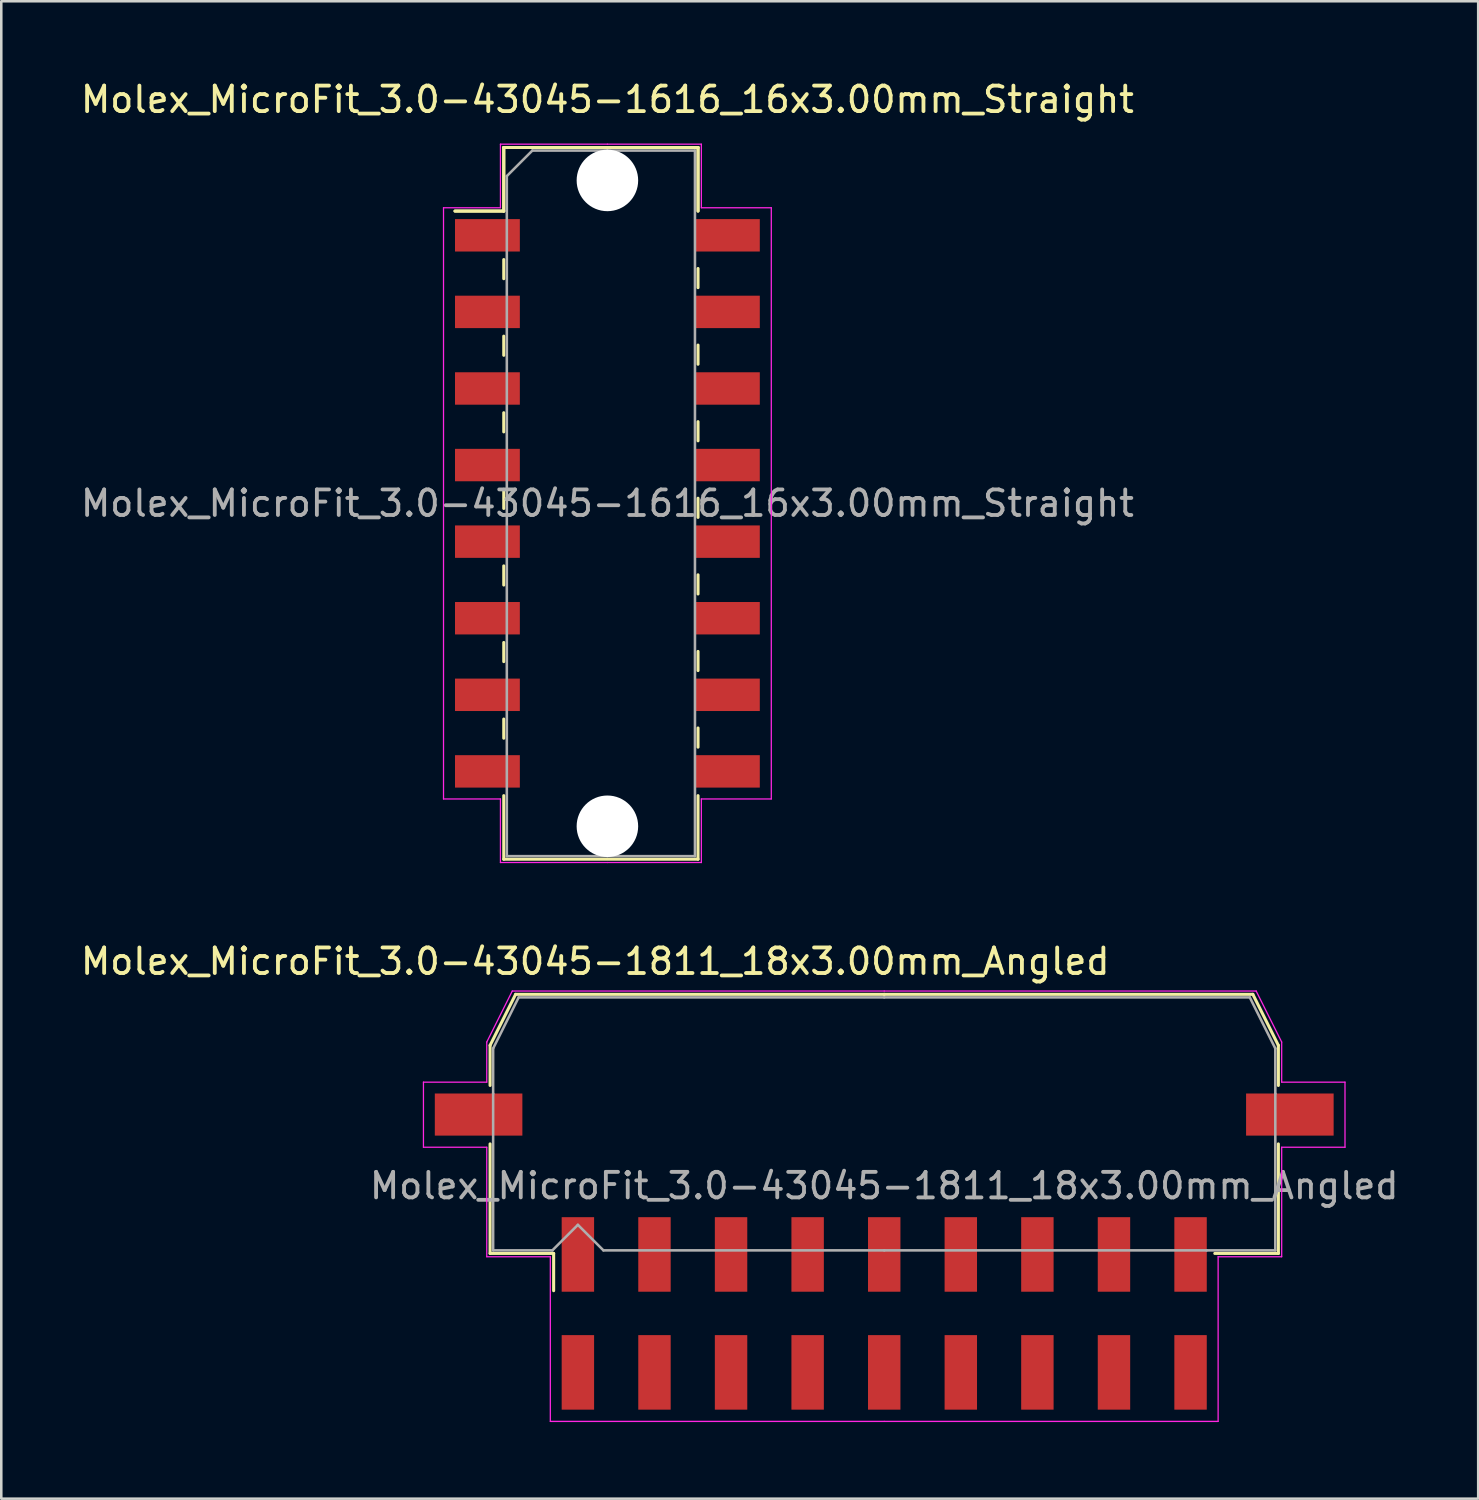
<source format=kicad_pcb>
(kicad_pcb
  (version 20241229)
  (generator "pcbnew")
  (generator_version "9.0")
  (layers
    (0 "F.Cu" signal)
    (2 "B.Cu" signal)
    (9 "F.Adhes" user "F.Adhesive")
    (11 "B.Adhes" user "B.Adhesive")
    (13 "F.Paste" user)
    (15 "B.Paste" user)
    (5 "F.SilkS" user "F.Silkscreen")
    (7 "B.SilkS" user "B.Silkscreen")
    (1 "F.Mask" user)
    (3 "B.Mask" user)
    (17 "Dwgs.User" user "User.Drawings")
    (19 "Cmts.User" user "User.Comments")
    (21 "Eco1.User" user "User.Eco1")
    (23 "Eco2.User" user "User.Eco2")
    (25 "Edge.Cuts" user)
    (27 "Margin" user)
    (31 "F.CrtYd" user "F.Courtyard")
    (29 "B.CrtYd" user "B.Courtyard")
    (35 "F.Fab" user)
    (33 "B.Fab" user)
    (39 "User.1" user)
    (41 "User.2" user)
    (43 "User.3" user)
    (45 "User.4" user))
  (footprint "Molex_MicroFit_3.0-43045-1616_16x3.00mm_Straight"
    (layer "F.Cu")
    (at 20.744 16.668)
    (property "Reference" "Molex_MicroFit_3.0-43045-1616_16x3.00mm_Straight" (at 0 -15.82 0) (layer "F.SilkS") (effects (font (size 1 1) (thickness 0.15))))
    (attr smd)
    (fp_line (start -5.97 -11.45) (end -4.06 -11.45) (stroke (width 0.12) (type solid)) (layer "F.SilkS"))
    (fp_line (start -5.97 -11.45) (end -4.06 -11.45) (stroke (width 0.12) (type solid)) (layer "F.SilkS"))
    (fp_line (start -4.06 -13.94) (end 3.55 -13.94) (stroke (width 0.12) (type solid)) (layer "F.SilkS"))
    (fp_line (start -4.06 -13.94) (end 3.55 -13.94) (stroke (width 0.12) (type solid)) (layer "F.SilkS"))
    (fp_line (start -4.06 -11.45) (end -4.06 -13.94) (stroke (width 0.12) (type solid)) (layer "F.SilkS"))
    (fp_line (start -4.06 -11.45) (end -4.06 -13.94) (stroke (width 0.12) (type solid)) (layer "F.SilkS"))
    (fp_line (start -4.06 -9.55) (end -4.06 -8.8) (stroke (width 0.12) (type solid)) (layer "F.SilkS"))
    (fp_line (start -4.06 -6.55) (end -4.06 -5.8) (stroke (width 0.12) (type solid)) (layer "F.SilkS"))
    (fp_line (start -4.06 -3.55) (end -4.06 -2.8) (stroke (width 0.12) (type solid)) (layer "F.SilkS"))
    (fp_line (start -4.06 -0.55) (end -4.06 0.2) (stroke (width 0.12) (type solid)) (layer "F.SilkS"))
    (fp_line (start -4.06 2.45) (end -4.06 3.2) (stroke (width 0.12) (type solid)) (layer "F.SilkS"))
    (fp_line (start -4.06 5.45) (end -4.06 6.2) (stroke (width 0.12) (type solid)) (layer "F.SilkS"))
    (fp_line (start -4.06 8.45) (end -4.06 9.2) (stroke (width 0.12) (type solid)) (layer "F.SilkS"))
    (fp_line (start -4.06 13.94) (end -4.06 11.45) (stroke (width 0.12) (type solid)) (layer "F.SilkS"))
    (fp_line (start 3.55 -13.94) (end 3.55 -11.45) (stroke (width 0.12) (type solid)) (layer "F.SilkS"))
    (fp_line (start 3.55 -13.94) (end 3.55 -11.45) (stroke (width 0.12) (type solid)) (layer "F.SilkS"))
    (fp_line (start 3.55 -8.45) (end 3.55 -9.2) (stroke (width 0.12) (type solid)) (layer "F.SilkS"))
    (fp_line (start 3.55 -5.45) (end 3.55 -6.2) (stroke (width 0.12) (type solid)) (layer "F.SilkS"))
    (fp_line (start 3.55 -2.45) (end 3.55 -3.2) (stroke (width 0.12) (type solid)) (layer "F.SilkS"))
    (fp_line (start 3.55 0.55) (end 3.55 -0.2) (stroke (width 0.12) (type solid)) (layer "F.SilkS"))
    (fp_line (start 3.55 3.55) (end 3.55 2.8) (stroke (width 0.12) (type solid)) (layer "F.SilkS"))
    (fp_line (start 3.55 6.55) (end 3.55 5.8) (stroke (width 0.12) (type solid)) (layer "F.SilkS"))
    (fp_line (start 3.55 9.55) (end 3.55 8.8) (stroke (width 0.12) (type solid)) (layer "F.SilkS"))
    (fp_line (start 3.55 11.45) (end 3.55 13.94) (stroke (width 0.12) (type solid)) (layer "F.SilkS"))
    (fp_line (start 3.55 13.94) (end -4.06 13.94) (stroke (width 0.12) (type solid)) (layer "F.SilkS"))
    (fp_line (start -6.42 -11.58) (end -4.19 -11.58) (stroke (width 0.05) (type solid)) (layer "F.CrtYd"))
    (fp_line (start -6.42 11.58) (end -6.42 -11.58) (stroke (width 0.05) (type solid)) (layer "F.CrtYd"))
    (fp_line (start -4.19 -14.07) (end 0 -14.07) (stroke (width 0.05) (type solid)) (layer "F.CrtYd"))
    (fp_line (start -4.19 -11.58) (end -4.19 -14.07) (stroke (width 0.05) (type solid)) (layer "F.CrtYd"))
    (fp_line (start -4.19 11.58) (end -6.42 11.58) (stroke (width 0.05) (type solid)) (layer "F.CrtYd"))
    (fp_line (start -4.19 14.07) (end -4.19 11.58) (stroke (width 0.05) (type solid)) (layer "F.CrtYd"))
    (fp_line (start 0 -14.07) (end 3.68 -14.07) (stroke (width 0.05) (type solid)) (layer "F.CrtYd"))
    (fp_line (start 0 14.07) (end -4.19 14.07) (stroke (width 0.05) (type solid)) (layer "F.CrtYd"))
    (fp_line (start 3.68 -14.07) (end 3.68 -11.58) (stroke (width 0.05) (type solid)) (layer "F.CrtYd"))
    (fp_line (start 3.68 -11.58) (end 6.42 -11.58) (stroke (width 0.05) (type solid)) (layer "F.CrtYd"))
    (fp_line (start 3.68 11.58) (end 3.68 14.07) (stroke (width 0.05) (type solid)) (layer "F.CrtYd"))
    (fp_line (start 3.68 14.07) (end 0 14.07) (stroke (width 0.05) (type solid)) (layer "F.CrtYd"))
    (fp_line (start 6.42 -11.58) (end 6.42 11.58) (stroke (width 0.05) (type solid)) (layer "F.CrtYd"))
    (fp_line (start 6.42 11.58) (end 3.68 11.58) (stroke (width 0.05) (type solid)) (layer "F.CrtYd"))
    (fp_line (start -3.94 -12.82) (end -2.94 -13.82) (stroke (width 0.1) (type solid)) (layer "F.Fab"))
    (fp_line (start -3.94 13.82) (end -3.94 -12.82) (stroke (width 0.1) (type solid)) (layer "F.Fab"))
    (fp_line (start -2.94 -13.82) (end 0 -13.82) (stroke (width 0.1) (type solid)) (layer "F.Fab"))
    (fp_line (start 0 -13.82) (end 3.43 -13.82) (stroke (width 0.1) (type solid)) (layer "F.Fab"))
    (fp_line (start 0 13.82) (end -3.94 13.82) (stroke (width 0.1) (type solid)) (layer "F.Fab"))
    (fp_line (start 3.43 -13.82) (end 3.43 13.82) (stroke (width 0.1) (type solid)) (layer "F.Fab"))
    (fp_line (start 3.43 13.82) (end 0 13.82) (stroke (width 0.1) (type solid)) (layer "F.Fab"))
    (fp_text user "${REFERENCE}" (at 0 0 0) (layer "F.Fab") (effects (font (size 1 1) (thickness 0.15))))
    (pad "" np_thru_hole circle (at 0 -12.65) (size 2.41 2.41) (drill 2.41) (layers "*.Cu"))
    (pad "" np_thru_hole circle (at 0 12.65) (size 2.41 2.41) (drill 2.41) (layers "*.Cu"))
    (pad "1" smd rect (at -4.7 -10.5) (size 2.54 1.27) (layers "F.Cu" "F.Mask" "F.Paste"))
    (pad "2" smd rect (at -4.7 -7.5) (size 2.54 1.27) (layers "F.Cu" "F.Mask" "F.Paste"))
    (pad "3" smd rect (at -4.7 -4.5) (size 2.54 1.27) (layers "F.Cu" "F.Mask" "F.Paste"))
    (pad "4" smd rect (at -4.7 -1.5) (size 2.54 1.27) (layers "F.Cu" "F.Mask" "F.Paste"))
    (pad "5" smd rect (at -4.7 1.5) (size 2.54 1.27) (layers "F.Cu" "F.Mask" "F.Paste"))
    (pad "6" smd rect (at -4.7 4.5) (size 2.54 1.27) (layers "F.Cu" "F.Mask" "F.Paste"))
    (pad "7" smd rect (at -4.7 7.5) (size 2.54 1.27) (layers "F.Cu" "F.Mask" "F.Paste"))
    (pad "8" smd rect (at -4.7 10.5) (size 2.54 1.27) (layers "F.Cu" "F.Mask" "F.Paste"))
    (pad "9" smd rect (at 4.7 10.5) (size 2.54 1.27) (layers "F.Cu" "F.Mask" "F.Paste"))
    (pad "10" smd rect (at 4.7 7.5) (size 2.54 1.27) (layers "F.Cu" "F.Mask" "F.Paste"))
    (pad "11" smd rect (at 4.7 4.5) (size 2.54 1.27) (layers "F.Cu" "F.Mask" "F.Paste"))
    (pad "12" smd rect (at 4.7 1.5) (size 2.54 1.27) (layers "F.Cu" "F.Mask" "F.Paste"))
    (pad "13" smd rect (at 4.7 -1.5) (size 2.54 1.27) (layers "F.Cu" "F.Mask" "F.Paste"))
    (pad "14" smd rect (at 4.7 -4.5) (size 2.54 1.27) (layers "F.Cu" "F.Mask" "F.Paste"))
    (pad "15" smd rect (at 4.7 -7.5) (size 2.54 1.27) (layers "F.Cu" "F.Mask" "F.Paste"))
    (pad "16" smd rect (at 4.7 -10.5) (size 2.54 1.27) (layers "F.Cu" "F.Mask" "F.Paste")))
  (footprint "Molex_MicroFit_3.0-43045-1811_18x3.00mm_Angled"
    (layer "F.Cu")
    (at 31.588 48.401)
    (property "Reference" "Molex_MicroFit_3.0-43045-1811_18x3.00mm_Angled" (at -11.32 -13.79 0) (layer "F.SilkS") (effects (font (size 1 1) (thickness 0.15))))
    (attr smd)
    (fp_line (start -15.44 -10.5) (end -15.44 -8.93) (stroke (width 0.12) (type solid)) (layer "F.SilkS"))
    (fp_line (start -15.44 -6.64) (end -15.44 -2.35) (stroke (width 0.12) (type solid)) (layer "F.SilkS"))
    (fp_line (start -15.44 -2.35) (end -12.95 -2.35) (stroke (width 0.12) (type solid)) (layer "F.SilkS"))
    (fp_line (start -14.44 -12.5) (end -15.44 -10.5) (stroke (width 0.12) (type solid)) (layer "F.SilkS"))
    (fp_line (start -12.95 -2.35) (end -12.95 -0.89) (stroke (width 0.12) (type solid)) (layer "F.SilkS"))
    (fp_line (start 0 -12.5) (end -14.44 -12.5) (stroke (width 0.12) (type solid)) (layer "F.SilkS"))
    (fp_line (start 0 -12.5) (end 14.44 -12.5) (stroke (width 0.12) (type solid)) (layer "F.SilkS"))
    (fp_line (start 14.44 -12.5) (end 15.44 -10.5) (stroke (width 0.12) (type solid)) (layer "F.SilkS"))
    (fp_line (start 15.44 -10.5) (end 15.44 -8.93) (stroke (width 0.12) (type solid)) (layer "F.SilkS"))
    (fp_line (start 15.44 -6.64) (end 15.44 -2.35) (stroke (width 0.12) (type solid)) (layer "F.SilkS"))
    (fp_line (start 15.44 -2.35) (end 12.95 -2.35) (stroke (width 0.12) (type solid)) (layer "F.SilkS"))
    (fp_line (start -18.05 -9.06) (end -18.05 -6.51) (stroke (width 0.05) (type solid)) (layer "F.CrtYd"))
    (fp_line (start -18.05 -6.51) (end -15.57 -6.51) (stroke (width 0.05) (type solid)) (layer "F.CrtYd"))
    (fp_line (start -15.57 -10.63) (end -15.57 -9.06) (stroke (width 0.05) (type solid)) (layer "F.CrtYd"))
    (fp_line (start -15.57 -9.06) (end -18.05 -9.06) (stroke (width 0.05) (type solid)) (layer "F.CrtYd"))
    (fp_line (start -15.57 -6.51) (end -15.57 -2.22) (stroke (width 0.05) (type solid)) (layer "F.CrtYd"))
    (fp_line (start -15.57 -2.22) (end -13.08 -2.22) (stroke (width 0.05) (type solid)) (layer "F.CrtYd"))
    (fp_line (start -14.57 -12.63) (end -15.57 -10.63) (stroke (width 0.05) (type solid)) (layer "F.CrtYd"))
    (fp_line (start -13.08 -2.22) (end -13.08 4.23) (stroke (width 0.05) (type solid)) (layer "F.CrtYd"))
    (fp_line (start -13.08 4.23) (end 0 4.23) (stroke (width 0.05) (type solid)) (layer "F.CrtYd"))
    (fp_line (start 0 -12.63) (end -14.57 -12.63) (stroke (width 0.05) (type solid)) (layer "F.CrtYd"))
    (fp_line (start 0 -12.63) (end 14.57 -12.63) (stroke (width 0.05) (type solid)) (layer "F.CrtYd"))
    (fp_line (start 13.08 -2.22) (end 13.08 4.23) (stroke (width 0.05) (type solid)) (layer "F.CrtYd"))
    (fp_line (start 13.08 4.23) (end 0 4.23) (stroke (width 0.05) (type solid)) (layer "F.CrtYd"))
    (fp_line (start 14.57 -12.63) (end 15.57 -10.63) (stroke (width 0.05) (type solid)) (layer "F.CrtYd"))
    (fp_line (start 15.57 -10.63) (end 15.57 -9.06) (stroke (width 0.05) (type solid)) (layer "F.CrtYd"))
    (fp_line (start 15.57 -9.06) (end 18.05 -9.06) (stroke (width 0.05) (type solid)) (layer "F.CrtYd"))
    (fp_line (start 15.57 -6.51) (end 15.57 -2.22) (stroke (width 0.05) (type solid)) (layer "F.CrtYd"))
    (fp_line (start 15.57 -2.22) (end 13.08 -2.22) (stroke (width 0.05) (type solid)) (layer "F.CrtYd"))
    (fp_line (start 18.05 -9.06) (end 18.05 -6.51) (stroke (width 0.05) (type solid)) (layer "F.CrtYd"))
    (fp_line (start 18.05 -6.51) (end 15.57 -6.51) (stroke (width 0.05) (type solid)) (layer "F.CrtYd"))
    (fp_line (start -15.32 -10.38) (end -15.32 -8.61) (stroke (width 0.1) (type solid)) (layer "F.Fab"))
    (fp_line (start -15.32 -8.61) (end -15.32 -2.47) (stroke (width 0.1) (type solid)) (layer "F.Fab"))
    (fp_line (start -15.32 -2.47) (end -13 -2.47) (stroke (width 0.1) (type solid)) (layer "F.Fab"))
    (fp_line (start -14.32 -12.38) (end -15.32 -10.38) (stroke (width 0.1) (type solid)) (layer "F.Fab"))
    (fp_line (start -13 -2.47) (end -12 -3.47) (stroke (width 0.1) (type solid)) (layer "F.Fab"))
    (fp_line (start -12 -3.47) (end -11 -2.47) (stroke (width 0.1) (type solid)) (layer "F.Fab"))
    (fp_line (start -11 -2.47) (end 0 -2.47) (stroke (width 0.1) (type solid)) (layer "F.Fab"))
    (fp_line (start 0 -12.38) (end -14.32 -12.38) (stroke (width 0.1) (type solid)) (layer "F.Fab"))
    (fp_line (start 0 -12.38) (end 14.32 -12.38) (stroke (width 0.1) (type solid)) (layer "F.Fab"))
    (fp_line (start 12.63 -2.47) (end 0 -2.47) (stroke (width 0.1) (type solid)) (layer "F.Fab"))
    (fp_line (start 14.32 -12.38) (end 15.32 -10.38) (stroke (width 0.1) (type solid)) (layer "F.Fab"))
    (fp_line (start 15.32 -10.38) (end 15.32 -8.61) (stroke (width 0.1) (type solid)) (layer "F.Fab"))
    (fp_line (start 15.32 -8.61) (end 15.32 -2.47) (stroke (width 0.1) (type solid)) (layer "F.Fab"))
    (fp_line (start 15.32 -2.47) (end 12.63 -2.47) (stroke (width 0.1) (type solid)) (layer "F.Fab"))
    (fp_text user "${REFERENCE}" (at 0 -5 0) (layer "F.Fab") (effects (font (size 1 1) (thickness 0.15))))
    (pad "" smd rect (at -15.89 -7.79) (size 3.43 1.65) (layers "F.Cu" "F.Mask" "F.Paste"))
    (pad "" smd rect (at 15.89 -7.79) (size 3.43 1.65) (layers "F.Cu" "F.Mask" "F.Paste"))
    (pad "1" smd rect (at -12 -2.31) (size 1.27 2.92) (layers "F.Cu" "F.Mask" "F.Paste"))
    (pad "2" smd rect (at -9 -2.31) (size 1.27 2.92) (layers "F.Cu" "F.Mask" "F.Paste"))
    (pad "3" smd rect (at -6 -2.31) (size 1.27 2.92) (layers "F.Cu" "F.Mask" "F.Paste"))
    (pad "4" smd rect (at -3 -2.31) (size 1.27 2.92) (layers "F.Cu" "F.Mask" "F.Paste"))
    (pad "5" smd rect (at 0 -2.31) (size 1.27 2.92) (layers "F.Cu" "F.Mask" "F.Paste"))
    (pad "6" smd rect (at 3 -2.31) (size 1.27 2.92) (layers "F.Cu" "F.Mask" "F.Paste"))
    (pad "7" smd rect (at 6 -2.31) (size 1.27 2.92) (layers "F.Cu" "F.Mask" "F.Paste"))
    (pad "8" smd rect (at 9 -2.31) (size 1.27 2.92) (layers "F.Cu" "F.Mask" "F.Paste"))
    (pad "9" smd rect (at 12 -2.31) (size 1.27 2.92) (layers "F.Cu" "F.Mask" "F.Paste"))
    (pad "10" smd rect (at 12 2.31) (size 1.27 2.92) (layers "F.Cu" "F.Mask" "F.Paste"))
    (pad "11" smd rect (at 9 2.31) (size 1.27 2.92) (layers "F.Cu" "F.Mask" "F.Paste"))
    (pad "12" smd rect (at 6 2.31) (size 1.27 2.92) (layers "F.Cu" "F.Mask" "F.Paste"))
    (pad "13" smd rect (at 3 2.31) (size 1.27 2.92) (layers "F.Cu" "F.Mask" "F.Paste"))
    (pad "14" smd rect (at 0 2.31) (size 1.27 2.92) (layers "F.Cu" "F.Mask" "F.Paste"))
    (pad "15" smd rect (at -3 2.31) (size 1.27 2.92) (layers "F.Cu" "F.Mask" "F.Paste"))
    (pad "16" smd rect (at -6 2.31) (size 1.27 2.92) (layers "F.Cu" "F.Mask" "F.Paste"))
    (pad "17" smd rect (at -9 2.31) (size 1.27 2.92) (layers "F.Cu" "F.Mask" "F.Paste"))
    (pad "18" smd rect (at -12 2.31) (size 1.27 2.92) (layers "F.Cu" "F.Mask" "F.Paste")))
  (gr_rect
    (start -3 -3)
    (end 54.856 55.657)
    (stroke (width 0.1) (type default))
    (fill no)
    (layer "Edge.Cuts")))
</source>
